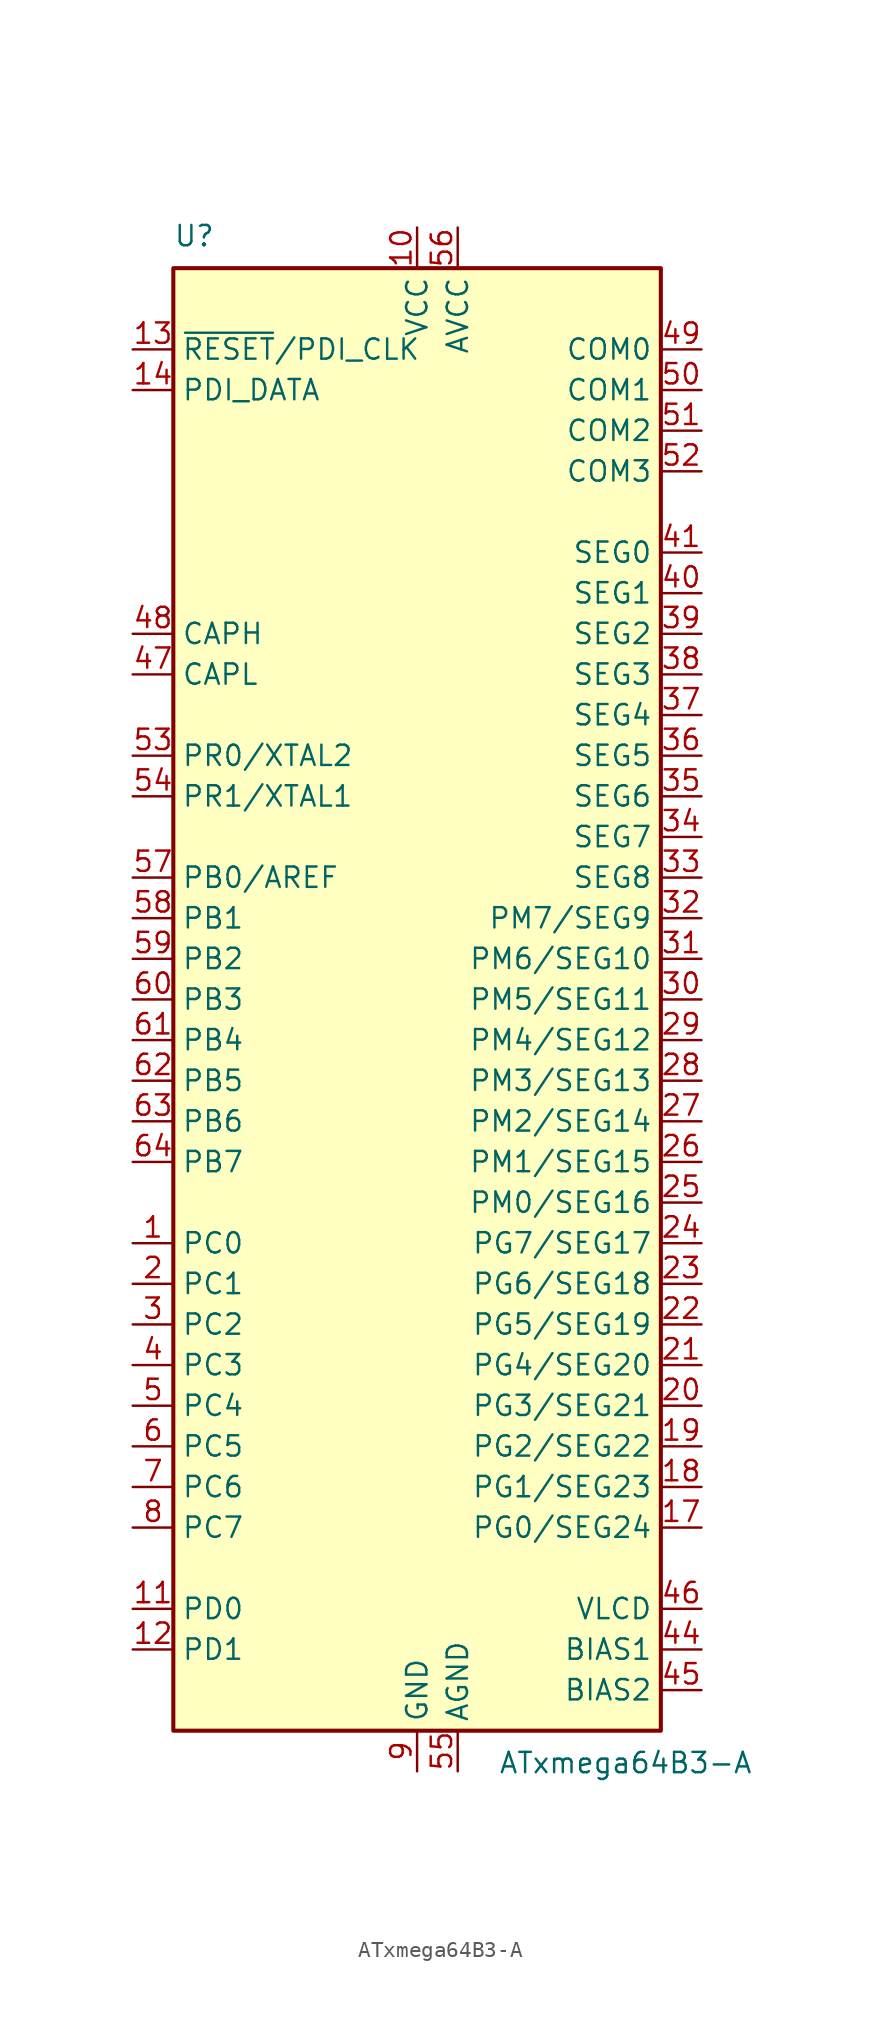
<source format=kicad_sym>
(kicad_symbol_lib
  (version 20201005)
  (generator kicad_symbol_editor)
  (symbol "MCU_Microchip_ATmega:ATxmega64B3-A"
    (property "Reference" "U"
      (at -15.24 46.99 0)
      (effects (font (size 1.27 1.27)) (justify left bottom)))
    (property "Value" "ATxmega64B3-A"
      (at 5.08 -46.99 0)
      (effects (font (size 1.27 1.27)) (justify left top)))
    (symbol "ATxmega64B3-A_0_1"
      (rectangle (start -15.24 -45.72) (end 15.24 45.72) (stroke (width 0.254)) (fill (type background))))
    (symbol "ATxmega64B3-A_1_1"
      (pin bidirectional line (at -17.78 -15.24 0) (length 2.54) (name "PC0" (effects (font (size 1.27 1.27)))) (number "1" (effects (font (size 1.27 1.27)))))
      (pin power_in line (at 0 48.26 270) (length 2.54) (name "VCC" (effects (font (size 1.27 1.27)))) (number "10" (effects (font (size 1.27 1.27)))))
      (pin bidirectional line (at -17.78 -38.1 0) (length 2.54) (name "PD0" (effects (font (size 1.27 1.27)))) (number "11" (effects (font (size 1.27 1.27)))))
      (pin bidirectional line (at -17.78 -40.64 0) (length 2.54) (name "PD1" (effects (font (size 1.27 1.27)))) (number "12" (effects (font (size 1.27 1.27)))))
      (pin input line (at -17.78 40.64 0) (length 2.54) (name "~RESET~/PDI_CLK" (effects (font (size 1.27 1.27)))) (number "13" (effects (font (size 1.27 1.27)))))
      (pin bidirectional line (at -17.78 38.1 0) (length 2.54) (name "PDI_DATA" (effects (font (size 1.27 1.27)))) (number "14" (effects (font (size 1.27 1.27)))))
      (pin passive line (at 0 -48.26 90) (length 2.54) hide (name "GND" (effects (font (size 1.27 1.27)))) (number "15" (effects (font (size 1.27 1.27)))))
      (pin passive line (at 0 48.26 270) (length 2.54) hide (name "VCC" (effects (font (size 1.27 1.27)))) (number "16" (effects (font (size 1.27 1.27)))))
      (pin bidirectional line (at 17.78 -33.02 180) (length 2.54) (name "PG0/SEG24" (effects (font (size 1.27 1.27)))) (number "17" (effects (font (size 1.27 1.27)))))
      (pin bidirectional line (at 17.78 -30.48 180) (length 2.54) (name "PG1/SEG23" (effects (font (size 1.27 1.27)))) (number "18" (effects (font (size 1.27 1.27)))))
      (pin bidirectional line (at 17.78 -27.94 180) (length 2.54) (name "PG2/SEG22" (effects (font (size 1.27 1.27)))) (number "19" (effects (font (size 1.27 1.27)))))
      (pin bidirectional line (at -17.78 -17.78 0) (length 2.54) (name "PC1" (effects (font (size 1.27 1.27)))) (number "2" (effects (font (size 1.27 1.27)))))
      (pin bidirectional line (at 17.78 -25.4 180) (length 2.54) (name "PG3/SEG21" (effects (font (size 1.27 1.27)))) (number "20" (effects (font (size 1.27 1.27)))))
      (pin bidirectional line (at 17.78 -22.86 180) (length 2.54) (name "PG4/SEG20" (effects (font (size 1.27 1.27)))) (number "21" (effects (font (size 1.27 1.27)))))
      (pin bidirectional line (at 17.78 -20.32 180) (length 2.54) (name "PG5/SEG19" (effects (font (size 1.27 1.27)))) (number "22" (effects (font (size 1.27 1.27)))))
      (pin bidirectional line (at 17.78 -17.78 180) (length 2.54) (name "PG6/SEG18" (effects (font (size 1.27 1.27)))) (number "23" (effects (font (size 1.27 1.27)))))
      (pin bidirectional line (at 17.78 -15.24 180) (length 2.54) (name "PG7/SEG17" (effects (font (size 1.27 1.27)))) (number "24" (effects (font (size 1.27 1.27)))))
      (pin bidirectional line (at 17.78 -12.7 180) (length 2.54) (name "PM0/SEG16" (effects (font (size 1.27 1.27)))) (number "25" (effects (font (size 1.27 1.27)))))
      (pin bidirectional line (at 17.78 -10.16 180) (length 2.54) (name "PM1/SEG15" (effects (font (size 1.27 1.27)))) (number "26" (effects (font (size 1.27 1.27)))))
      (pin bidirectional line (at 17.78 -7.62 180) (length 2.54) (name "PM2/SEG14" (effects (font (size 1.27 1.27)))) (number "27" (effects (font (size 1.27 1.27)))))
      (pin bidirectional line (at 17.78 -5.08 180) (length 2.54) (name "PM3/SEG13" (effects (font (size 1.27 1.27)))) (number "28" (effects (font (size 1.27 1.27)))))
      (pin bidirectional line (at 17.78 -2.54 180) (length 2.54) (name "PM4/SEG12" (effects (font (size 1.27 1.27)))) (number "29" (effects (font (size 1.27 1.27)))))
      (pin bidirectional line (at -17.78 -20.32 0) (length 2.54) (name "PC2" (effects (font (size 1.27 1.27)))) (number "3" (effects (font (size 1.27 1.27)))))
      (pin bidirectional line (at 17.78 0 180) (length 2.54) (name "PM5/SEG11" (effects (font (size 1.27 1.27)))) (number "30" (effects (font (size 1.27 1.27)))))
      (pin bidirectional line (at 17.78 2.54 180) (length 2.54) (name "PM6/SEG10" (effects (font (size 1.27 1.27)))) (number "31" (effects (font (size 1.27 1.27)))))
      (pin bidirectional line (at 17.78 5.08 180) (length 2.54) (name "PM7/SEG9" (effects (font (size 1.27 1.27)))) (number "32" (effects (font (size 1.27 1.27)))))
      (pin output line (at 17.78 7.62 180) (length 2.54) (name "SEG8" (effects (font (size 1.27 1.27)))) (number "33" (effects (font (size 1.27 1.27)))))
      (pin output line (at 17.78 10.16 180) (length 2.54) (name "SEG7" (effects (font (size 1.27 1.27)))) (number "34" (effects (font (size 1.27 1.27)))))
      (pin output line (at 17.78 12.7 180) (length 2.54) (name "SEG6" (effects (font (size 1.27 1.27)))) (number "35" (effects (font (size 1.27 1.27)))))
      (pin output line (at 17.78 15.24 180) (length 2.54) (name "SEG5" (effects (font (size 1.27 1.27)))) (number "36" (effects (font (size 1.27 1.27)))))
      (pin output line (at 17.78 17.78 180) (length 2.54) (name "SEG4" (effects (font (size 1.27 1.27)))) (number "37" (effects (font (size 1.27 1.27)))))
      (pin output line (at 17.78 20.32 180) (length 2.54) (name "SEG3" (effects (font (size 1.27 1.27)))) (number "38" (effects (font (size 1.27 1.27)))))
      (pin output line (at 17.78 22.86 180) (length 2.54) (name "SEG2" (effects (font (size 1.27 1.27)))) (number "39" (effects (font (size 1.27 1.27)))))
      (pin bidirectional line (at -17.78 -22.86 0) (length 2.54) (name "PC3" (effects (font (size 1.27 1.27)))) (number "4" (effects (font (size 1.27 1.27)))))
      (pin output line (at 17.78 25.4 180) (length 2.54) (name "SEG1" (effects (font (size 1.27 1.27)))) (number "40" (effects (font (size 1.27 1.27)))))
      (pin output line (at 17.78 27.94 180) (length 2.54) (name "SEG0" (effects (font (size 1.27 1.27)))) (number "41" (effects (font (size 1.27 1.27)))))
      (pin passive line (at 0 -48.26 90) (length 2.54) hide (name "GND" (effects (font (size 1.27 1.27)))) (number "42" (effects (font (size 1.27 1.27)))))
      (pin passive line (at 0 48.26 270) (length 2.54) hide (name "VCC" (effects (font (size 1.27 1.27)))) (number "43" (effects (font (size 1.27 1.27)))))
      (pin power_out line (at 17.78 -40.64 180) (length 2.54) (name "BIAS1" (effects (font (size 1.27 1.27)))) (number "44" (effects (font (size 1.27 1.27)))))
      (pin power_out line (at 17.78 -43.18 180) (length 2.54) (name "BIAS2" (effects (font (size 1.27 1.27)))) (number "45" (effects (font (size 1.27 1.27)))))
      (pin power_out line (at 17.78 -38.1 180) (length 2.54) (name "VLCD" (effects (font (size 1.27 1.27)))) (number "46" (effects (font (size 1.27 1.27)))))
      (pin passive line (at -17.78 20.32 0) (length 2.54) (name "CAPL" (effects (font (size 1.27 1.27)))) (number "47" (effects (font (size 1.27 1.27)))))
      (pin passive line (at -17.78 22.86 0) (length 2.54) (name "CAPH" (effects (font (size 1.27 1.27)))) (number "48" (effects (font (size 1.27 1.27)))))
      (pin output line (at 17.78 40.64 180) (length 2.54) (name "COM0" (effects (font (size 1.27 1.27)))) (number "49" (effects (font (size 1.27 1.27)))))
      (pin bidirectional line (at -17.78 -25.4 0) (length 2.54) (name "PC4" (effects (font (size 1.27 1.27)))) (number "5" (effects (font (size 1.27 1.27)))))
      (pin output line (at 17.78 38.1 180) (length 2.54) (name "COM1" (effects (font (size 1.27 1.27)))) (number "50" (effects (font (size 1.27 1.27)))))
      (pin output line (at 17.78 35.56 180) (length 2.54) (name "COM2" (effects (font (size 1.27 1.27)))) (number "51" (effects (font (size 1.27 1.27)))))
      (pin output line (at 17.78 33.02 180) (length 2.54) (name "COM3" (effects (font (size 1.27 1.27)))) (number "52" (effects (font (size 1.27 1.27)))))
      (pin bidirectional line (at -17.78 15.24 0) (length 2.54) (name "PR0/XTAL2" (effects (font (size 1.27 1.27)))) (number "53" (effects (font (size 1.27 1.27)))))
      (pin bidirectional line (at -17.78 12.7 0) (length 2.54) (name "PR1/XTAL1" (effects (font (size 1.27 1.27)))) (number "54" (effects (font (size 1.27 1.27)))))
      (pin power_in line (at 2.54 -48.26 90) (length 2.54) (name "AGND" (effects (font (size 1.27 1.27)))) (number "55" (effects (font (size 1.27 1.27)))))
      (pin power_in line (at 2.54 48.26 270) (length 2.54) (name "AVCC" (effects (font (size 1.27 1.27)))) (number "56" (effects (font (size 1.27 1.27)))))
      (pin bidirectional line (at -17.78 7.62 0) (length 2.54) (name "PB0/AREF" (effects (font (size 1.27 1.27)))) (number "57" (effects (font (size 1.27 1.27)))))
      (pin bidirectional line (at -17.78 5.08 0) (length 2.54) (name "PB1" (effects (font (size 1.27 1.27)))) (number "58" (effects (font (size 1.27 1.27)))))
      (pin bidirectional line (at -17.78 2.54 0) (length 2.54) (name "PB2" (effects (font (size 1.27 1.27)))) (number "59" (effects (font (size 1.27 1.27)))))
      (pin bidirectional line (at -17.78 -27.94 0) (length 2.54) (name "PC5" (effects (font (size 1.27 1.27)))) (number "6" (effects (font (size 1.27 1.27)))))
      (pin bidirectional line (at -17.78 0 0) (length 2.54) (name "PB3" (effects (font (size 1.27 1.27)))) (number "60" (effects (font (size 1.27 1.27)))))
      (pin bidirectional line (at -17.78 -2.54 0) (length 2.54) (name "PB4" (effects (font (size 1.27 1.27)))) (number "61" (effects (font (size 1.27 1.27)))))
      (pin bidirectional line (at -17.78 -5.08 0) (length 2.54) (name "PB5" (effects (font (size 1.27 1.27)))) (number "62" (effects (font (size 1.27 1.27)))))
      (pin bidirectional line (at -17.78 -7.62 0) (length 2.54) (name "PB6" (effects (font (size 1.27 1.27)))) (number "63" (effects (font (size 1.27 1.27)))))
      (pin bidirectional line (at -17.78 -10.16 0) (length 2.54) (name "PB7" (effects (font (size 1.27 1.27)))) (number "64" (effects (font (size 1.27 1.27)))))
      (pin bidirectional line (at -17.78 -30.48 0) (length 2.54) (name "PC6" (effects (font (size 1.27 1.27)))) (number "7" (effects (font (size 1.27 1.27)))))
      (pin bidirectional line (at -17.78 -33.02 0) (length 2.54) (name "PC7" (effects (font (size 1.27 1.27)))) (number "8" (effects (font (size 1.27 1.27)))))
      (pin power_in line (at 0 -48.26 90) (length 2.54) (name "GND" (effects (font (size 1.27 1.27)))) (number "9" (effects (font (size 1.27 1.27))))))))
</source>
